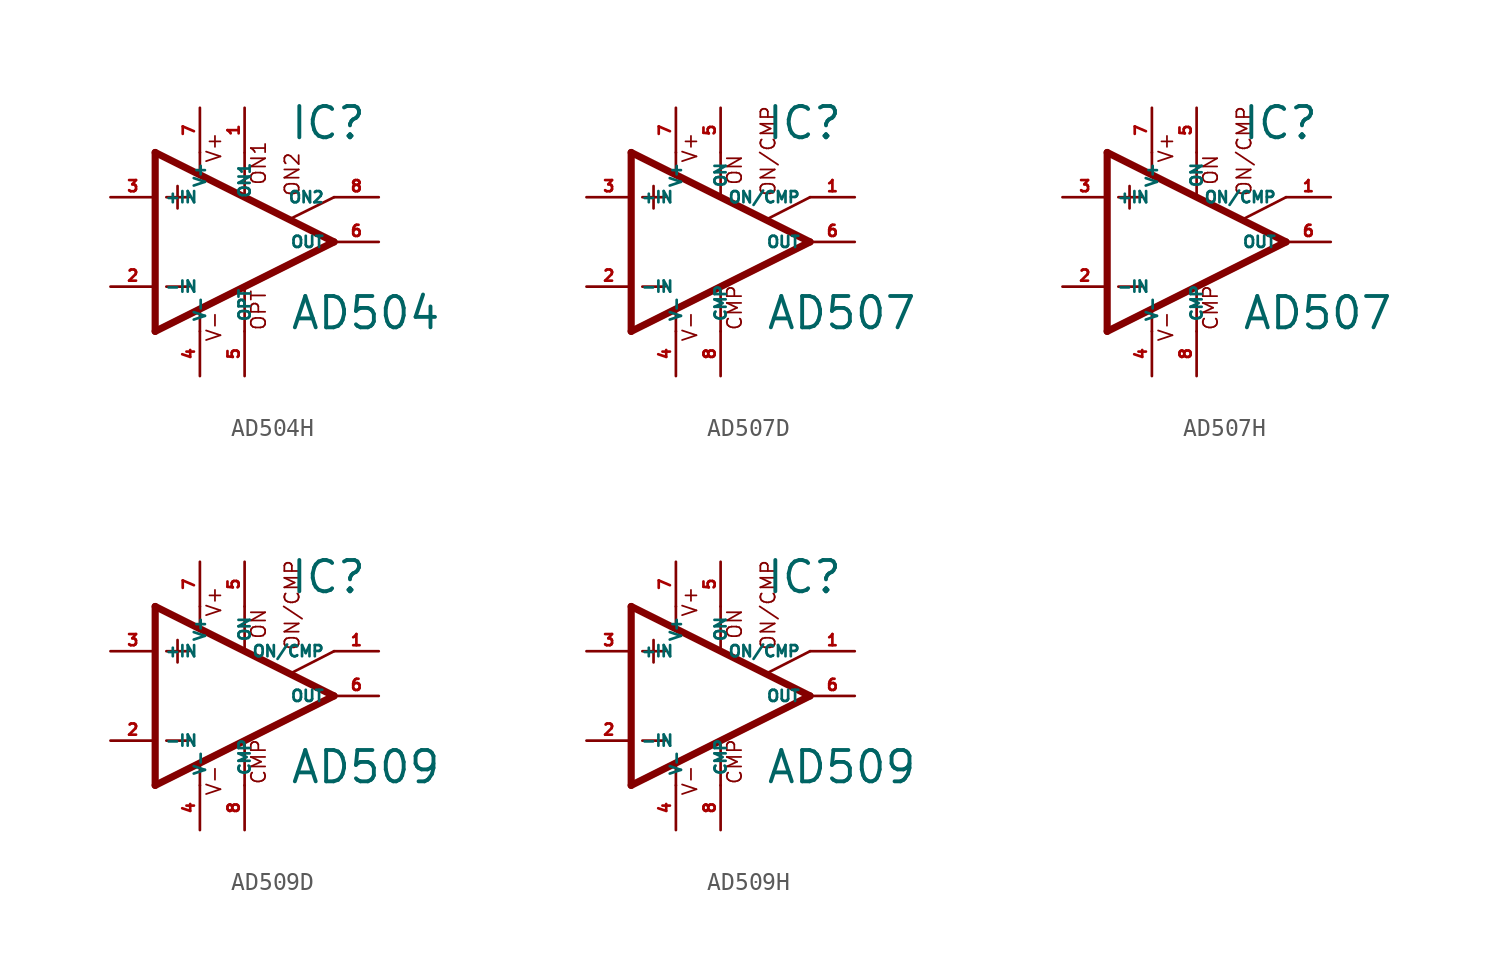
<source format=kicad_sym>
(kicad_symbol_lib
  (version 20220914)
  (generator Eagle2Kicad)
  (symbol "AD504H"
    (property "Reference" "IC"
      (at 2.54 5.715 0)
      (effects (font (size 1.778 1.778) (thickness 0.22)) (justify left bottom)))
    (property "Value" "AD504"
      (at 2.54 -5.08 0)
      (effects (font (size 1.778 1.778) (thickness 0.22)) (justify left bottom)))
    (polyline
      (pts (xy -3.81 3.175) (xy -3.81 1.905))
      (stroke (width 0.152) (type default))
      (fill (type none)))
    (polyline
      (pts (xy -4.445 2.54) (xy -3.175 2.54))
      (stroke (width 0.152) (type default))
      (fill (type none)))
    (polyline
      (pts (xy -4.445 -2.54) (xy -3.175 -2.54))
      (stroke (width 0.152) (type default))
      (fill (type none)))
    (polyline
      (pts (xy -2.54 5.08) (xy -2.54 3.886))
      (stroke (width 0.152) (type default))
      (fill (type none)))
    (polyline
      (pts (xy 0 5.055) (xy 0 2.616))
      (stroke (width 0.152) (type default))
      (fill (type none)))
    (polyline
      (pts (xy 0 -2.616) (xy 0 -5.08))
      (stroke (width 0.152) (type default))
      (fill (type none)))
    (polyline
      (pts (xy -2.54 -3.912) (xy -2.54 -5.08))
      (stroke (width 0.152) (type default))
      (fill (type none)))
    (polyline
      (pts (xy 5.08 2.54) (xy 2.616 1.321))
      (stroke (width 0.152) (type default))
      (fill (type none)))
    (polyline
      (pts (xy 5.08 0) (xy -5.08 5.08))
      (stroke (width 0.406) (type default))
      (fill (type none)))
    (polyline
      (pts (xy -5.08 5.08) (xy -5.08 -5.08))
      (stroke (width 0.406) (type default))
      (fill (type none)))
    (polyline
      (pts (xy -5.08 -5.08) (xy 5.08 0))
      (stroke (width 0.406) (type default))
      (fill (type none)))
    (text "ON1"
      (at 1.27 3.175 900)
      (effects (font (size 0.813 0.813) (thickness 0.10)) (justify left bottom)))
    (text "ON2"
      (at 3.175 2.54 900)
      (effects (font (size 0.813 0.813) (thickness 0.10)) (justify left bottom)))
    (text "OPT"
      (at 1.27 -5.08 900)
      (effects (font (size 0.813 0.813) (thickness 0.10)) (justify left bottom)))
    (text "V+"
      (at -1.27 4.445 900)
      (effects (font (size 0.813 0.813) (thickness 0.10)) (justify left bottom)))
    (text "V-"
      (at -1.27 -5.715 900)
      (effects (font (size 0.813 0.813) (thickness 0.10)) (justify left bottom)))
    (pin passive line
      (at 7.62 2.54 180)
      (length 2.54)
      (name "ON2" (effects (font (size 0.635 0.635) (thickness 0.08)) (justify left bottom)))
      (number "8" (effects (font (size 0.635 0.635) (thickness 0.08)) (justify left bottom))))
    (pin passive line
      (at 0 7.62 270)
      (length 2.54)
      (name "ON1" (effects (font (size 0.635 0.635) (thickness 0.08)) (justify left bottom)))
      (number "1" (effects (font (size 0.635 0.635) (thickness 0.08)) (justify left bottom))))
    (pin input line
      (at -7.62 -2.54 0)
      (length 2.54)
      (name "-IN" (effects (font (size 0.635 0.635) (thickness 0.08)) (justify left bottom)))
      (number "2" (effects (font (size 0.635 0.635) (thickness 0.08)) (justify left bottom))))
    (pin input line
      (at -7.62 2.54 0)
      (length 2.54)
      (name "+IN" (effects (font (size 0.635 0.635) (thickness 0.08)) (justify left bottom)))
      (number "3" (effects (font (size 0.635 0.635) (thickness 0.08)) (justify left bottom))))
    (pin output line
      (at 7.62 0 180)
      (length 2.54)
      (name "OUT" (effects (font (size 0.635 0.635) (thickness 0.08)) (justify left bottom)))
      (number "6" (effects (font (size 0.635 0.635) (thickness 0.08)) (justify left bottom))))
    (pin passive line
      (at 0 -7.62 90)
      (length 2.54)
      (name "OPT" (effects (font (size 0.635 0.635) (thickness 0.08)) (justify left bottom)))
      (number "5" (effects (font (size 0.635 0.635) (thickness 0.08)) (justify left bottom))))
    (pin unspecified line
      (at -2.54 7.62 270)
      (length 2.54)
      (name "V+" (effects (font (size 0.635 0.635) (thickness 0.08)) (justify left bottom)))
      (number "7" (effects (font (size 0.635 0.635) (thickness 0.08)) (justify left bottom))))
    (pin unspecified line
      (at -2.54 -7.62 90)
      (length 2.54)
      (name "V-" (effects (font (size 0.635 0.635) (thickness 0.08)) (justify left bottom)))
      (number "4" (effects (font (size 0.635 0.635) (thickness 0.08)) (justify left bottom)))))
  (symbol "AD507D"
    (property "Reference" "IC"
      (at 2.54 5.715 0)
      (effects (font (size 1.778 1.778) (thickness 0.22)) (justify left bottom)))
    (property "Value" "AD507"
      (at 2.54 -5.08 0)
      (effects (font (size 1.778 1.778) (thickness 0.22)) (justify left bottom)))
    (polyline
      (pts (xy -3.81 3.175) (xy -3.81 1.905))
      (stroke (width 0.152) (type default))
      (fill (type none)))
    (polyline
      (pts (xy -4.445 2.54) (xy -3.175 2.54))
      (stroke (width 0.152) (type default))
      (fill (type none)))
    (polyline
      (pts (xy -4.445 -2.54) (xy -3.175 -2.54))
      (stroke (width 0.152) (type default))
      (fill (type none)))
    (polyline
      (pts (xy -5.08 5.08) (xy -5.08 -5.08))
      (stroke (width 0.406) (type default))
      (fill (type none)))
    (polyline
      (pts (xy -2.54 5.08) (xy -2.54 3.886))
      (stroke (width 0.152) (type default))
      (fill (type none)))
    (polyline
      (pts (xy 0 5.08) (xy 0 2.616))
      (stroke (width 0.152) (type default))
      (fill (type none)))
    (polyline
      (pts (xy 0 -5.08) (xy 0 -2.616))
      (stroke (width 0.152) (type default))
      (fill (type none)))
    (polyline
      (pts (xy 2.692 1.321) (xy 5.08 2.54))
      (stroke (width 0.152) (type default))
      (fill (type none)))
    (polyline
      (pts (xy -5.08 5.08) (xy 5.08 0))
      (stroke (width 0.406) (type default))
      (fill (type none)))
    (polyline
      (pts (xy -2.54 -3.886) (xy -2.54 -5.08))
      (stroke (width 0.152) (type default))
      (fill (type none)))
    (polyline
      (pts (xy -5.08 -5.08) (xy 5.08 0))
      (stroke (width 0.406) (type default))
      (fill (type none)))
    (text "ON"
      (at 1.27 3.175 900)
      (effects (font (size 0.813 0.813) (thickness 0.10)) (justify left bottom)))
    (text "CMP"
      (at 1.27 -5.08 900)
      (effects (font (size 0.813 0.813) (thickness 0.10)) (justify left bottom)))
    (text "ON/CMP"
      (at 3.175 2.54 900)
      (effects (font (size 0.813 0.813) (thickness 0.10)) (justify left bottom)))
    (text "V+"
      (at -1.27 4.445 900)
      (effects (font (size 0.813 0.813) (thickness 0.10)) (justify left bottom)))
    (text "V-"
      (at -1.27 -5.715 900)
      (effects (font (size 0.813 0.813) (thickness 0.10)) (justify left bottom)))
    (pin passive line
      (at 7.62 2.54 180)
      (length 2.54)
      (name "ON/CMP" (effects (font (size 0.635 0.635) (thickness 0.08)) (justify left bottom)))
      (number "1" (effects (font (size 0.635 0.635) (thickness 0.08)) (justify left bottom))))
    (pin input line
      (at -7.62 -2.54 0)
      (length 2.54)
      (name "-IN" (effects (font (size 0.635 0.635) (thickness 0.08)) (justify left bottom)))
      (number "2" (effects (font (size 0.635 0.635) (thickness 0.08)) (justify left bottom))))
    (pin input line
      (at -7.62 2.54 0)
      (length 2.54)
      (name "+IN" (effects (font (size 0.635 0.635) (thickness 0.08)) (justify left bottom)))
      (number "3" (effects (font (size 0.635 0.635) (thickness 0.08)) (justify left bottom))))
    (pin passive line
      (at 0 7.62 270)
      (length 2.54)
      (name "ON" (effects (font (size 0.635 0.635) (thickness 0.08)) (justify left bottom)))
      (number "5" (effects (font (size 0.635 0.635) (thickness 0.08)) (justify left bottom))))
    (pin output line
      (at 7.62 0 180)
      (length 2.54)
      (name "OUT" (effects (font (size 0.635 0.635) (thickness 0.08)) (justify left bottom)))
      (number "6" (effects (font (size 0.635 0.635) (thickness 0.08)) (justify left bottom))))
    (pin passive line
      (at 0 -7.62 90)
      (length 2.54)
      (name "CMP" (effects (font (size 0.635 0.635) (thickness 0.08)) (justify left bottom)))
      (number "8" (effects (font (size 0.635 0.635) (thickness 0.08)) (justify left bottom))))
    (pin unspecified line
      (at -2.54 7.62 270)
      (length 2.54)
      (name "V+" (effects (font (size 0.635 0.635) (thickness 0.08)) (justify left bottom)))
      (number "7" (effects (font (size 0.635 0.635) (thickness 0.08)) (justify left bottom))))
    (pin unspecified line
      (at -2.54 -7.62 90)
      (length 2.54)
      (name "V-" (effects (font (size 0.635 0.635) (thickness 0.08)) (justify left bottom)))
      (number "4" (effects (font (size 0.635 0.635) (thickness 0.08)) (justify left bottom)))))
  (symbol "AD507H"
    (property "Reference" "IC"
      (at 2.54 5.715 0)
      (effects (font (size 1.778 1.778) (thickness 0.22)) (justify left bottom)))
    (property "Value" "AD507"
      (at 2.54 -5.08 0)
      (effects (font (size 1.778 1.778) (thickness 0.22)) (justify left bottom)))
    (polyline
      (pts (xy -3.81 3.175) (xy -3.81 1.905))
      (stroke (width 0.152) (type default))
      (fill (type none)))
    (polyline
      (pts (xy -4.445 2.54) (xy -3.175 2.54))
      (stroke (width 0.152) (type default))
      (fill (type none)))
    (polyline
      (pts (xy -4.445 -2.54) (xy -3.175 -2.54))
      (stroke (width 0.152) (type default))
      (fill (type none)))
    (polyline
      (pts (xy -5.08 5.08) (xy -5.08 -5.08))
      (stroke (width 0.406) (type default))
      (fill (type none)))
    (polyline
      (pts (xy -2.54 5.08) (xy -2.54 3.886))
      (stroke (width 0.152) (type default))
      (fill (type none)))
    (polyline
      (pts (xy 0 5.08) (xy 0 2.616))
      (stroke (width 0.152) (type default))
      (fill (type none)))
    (polyline
      (pts (xy 0 -5.08) (xy 0 -2.616))
      (stroke (width 0.152) (type default))
      (fill (type none)))
    (polyline
      (pts (xy 2.692 1.321) (xy 5.08 2.54))
      (stroke (width 0.152) (type default))
      (fill (type none)))
    (polyline
      (pts (xy -5.08 5.08) (xy 5.08 0))
      (stroke (width 0.406) (type default))
      (fill (type none)))
    (polyline
      (pts (xy -2.54 -3.886) (xy -2.54 -5.08))
      (stroke (width 0.152) (type default))
      (fill (type none)))
    (polyline
      (pts (xy -5.08 -5.08) (xy 5.08 0))
      (stroke (width 0.406) (type default))
      (fill (type none)))
    (text "ON"
      (at 1.27 3.175 900)
      (effects (font (size 0.813 0.813) (thickness 0.10)) (justify left bottom)))
    (text "CMP"
      (at 1.27 -5.08 900)
      (effects (font (size 0.813 0.813) (thickness 0.10)) (justify left bottom)))
    (text "ON/CMP"
      (at 3.175 2.54 900)
      (effects (font (size 0.813 0.813) (thickness 0.10)) (justify left bottom)))
    (text "V+"
      (at -1.27 4.445 900)
      (effects (font (size 0.813 0.813) (thickness 0.10)) (justify left bottom)))
    (text "V-"
      (at -1.27 -5.715 900)
      (effects (font (size 0.813 0.813) (thickness 0.10)) (justify left bottom)))
    (pin passive line
      (at 7.62 2.54 180)
      (length 2.54)
      (name "ON/CMP" (effects (font (size 0.635 0.635) (thickness 0.08)) (justify left bottom)))
      (number "1" (effects (font (size 0.635 0.635) (thickness 0.08)) (justify left bottom))))
    (pin input line
      (at -7.62 -2.54 0)
      (length 2.54)
      (name "-IN" (effects (font (size 0.635 0.635) (thickness 0.08)) (justify left bottom)))
      (number "2" (effects (font (size 0.635 0.635) (thickness 0.08)) (justify left bottom))))
    (pin input line
      (at -7.62 2.54 0)
      (length 2.54)
      (name "+IN" (effects (font (size 0.635 0.635) (thickness 0.08)) (justify left bottom)))
      (number "3" (effects (font (size 0.635 0.635) (thickness 0.08)) (justify left bottom))))
    (pin passive line
      (at 0 7.62 270)
      (length 2.54)
      (name "ON" (effects (font (size 0.635 0.635) (thickness 0.08)) (justify left bottom)))
      (number "5" (effects (font (size 0.635 0.635) (thickness 0.08)) (justify left bottom))))
    (pin output line
      (at 7.62 0 180)
      (length 2.54)
      (name "OUT" (effects (font (size 0.635 0.635) (thickness 0.08)) (justify left bottom)))
      (number "6" (effects (font (size 0.635 0.635) (thickness 0.08)) (justify left bottom))))
    (pin passive line
      (at 0 -7.62 90)
      (length 2.54)
      (name "CMP" (effects (font (size 0.635 0.635) (thickness 0.08)) (justify left bottom)))
      (number "8" (effects (font (size 0.635 0.635) (thickness 0.08)) (justify left bottom))))
    (pin unspecified line
      (at -2.54 7.62 270)
      (length 2.54)
      (name "V+" (effects (font (size 0.635 0.635) (thickness 0.08)) (justify left bottom)))
      (number "7" (effects (font (size 0.635 0.635) (thickness 0.08)) (justify left bottom))))
    (pin unspecified line
      (at -2.54 -7.62 90)
      (length 2.54)
      (name "V-" (effects (font (size 0.635 0.635) (thickness 0.08)) (justify left bottom)))
      (number "4" (effects (font (size 0.635 0.635) (thickness 0.08)) (justify left bottom)))))
  (symbol "AD509D"
    (property "Reference" "IC"
      (at 2.54 5.715 0)
      (effects (font (size 1.778 1.778) (thickness 0.22)) (justify left bottom)))
    (property "Value" "AD509"
      (at 2.54 -5.08 0)
      (effects (font (size 1.778 1.778) (thickness 0.22)) (justify left bottom)))
    (polyline
      (pts (xy -3.81 3.175) (xy -3.81 1.905))
      (stroke (width 0.152) (type default))
      (fill (type none)))
    (polyline
      (pts (xy -4.445 2.54) (xy -3.175 2.54))
      (stroke (width 0.152) (type default))
      (fill (type none)))
    (polyline
      (pts (xy -4.445 -2.54) (xy -3.175 -2.54))
      (stroke (width 0.152) (type default))
      (fill (type none)))
    (polyline
      (pts (xy -5.08 5.08) (xy -5.08 -5.08))
      (stroke (width 0.406) (type default))
      (fill (type none)))
    (polyline
      (pts (xy -2.54 5.08) (xy -2.54 3.886))
      (stroke (width 0.152) (type default))
      (fill (type none)))
    (polyline
      (pts (xy 0 5.08) (xy 0 2.616))
      (stroke (width 0.152) (type default))
      (fill (type none)))
    (polyline
      (pts (xy 0 -5.08) (xy 0 -2.616))
      (stroke (width 0.152) (type default))
      (fill (type none)))
    (polyline
      (pts (xy 2.692 1.321) (xy 5.08 2.54))
      (stroke (width 0.152) (type default))
      (fill (type none)))
    (polyline
      (pts (xy -5.08 5.08) (xy 5.08 0))
      (stroke (width 0.406) (type default))
      (fill (type none)))
    (polyline
      (pts (xy -2.54 -3.886) (xy -2.54 -5.08))
      (stroke (width 0.152) (type default))
      (fill (type none)))
    (polyline
      (pts (xy -5.08 -5.08) (xy 5.08 0))
      (stroke (width 0.406) (type default))
      (fill (type none)))
    (text "ON"
      (at 1.27 3.175 900)
      (effects (font (size 0.813 0.813) (thickness 0.10)) (justify left bottom)))
    (text "CMP"
      (at 1.27 -5.08 900)
      (effects (font (size 0.813 0.813) (thickness 0.10)) (justify left bottom)))
    (text "ON/CMP"
      (at 3.175 2.54 900)
      (effects (font (size 0.813 0.813) (thickness 0.10)) (justify left bottom)))
    (text "V+"
      (at -1.27 4.445 900)
      (effects (font (size 0.813 0.813) (thickness 0.10)) (justify left bottom)))
    (text "V-"
      (at -1.27 -5.715 900)
      (effects (font (size 0.813 0.813) (thickness 0.10)) (justify left bottom)))
    (pin passive line
      (at 7.62 2.54 180)
      (length 2.54)
      (name "ON/CMP" (effects (font (size 0.635 0.635) (thickness 0.08)) (justify left bottom)))
      (number "1" (effects (font (size 0.635 0.635) (thickness 0.08)) (justify left bottom))))
    (pin input line
      (at -7.62 -2.54 0)
      (length 2.54)
      (name "-IN" (effects (font (size 0.635 0.635) (thickness 0.08)) (justify left bottom)))
      (number "2" (effects (font (size 0.635 0.635) (thickness 0.08)) (justify left bottom))))
    (pin input line
      (at -7.62 2.54 0)
      (length 2.54)
      (name "+IN" (effects (font (size 0.635 0.635) (thickness 0.08)) (justify left bottom)))
      (number "3" (effects (font (size 0.635 0.635) (thickness 0.08)) (justify left bottom))))
    (pin passive line
      (at 0 7.62 270)
      (length 2.54)
      (name "ON" (effects (font (size 0.635 0.635) (thickness 0.08)) (justify left bottom)))
      (number "5" (effects (font (size 0.635 0.635) (thickness 0.08)) (justify left bottom))))
    (pin output line
      (at 7.62 0 180)
      (length 2.54)
      (name "OUT" (effects (font (size 0.635 0.635) (thickness 0.08)) (justify left bottom)))
      (number "6" (effects (font (size 0.635 0.635) (thickness 0.08)) (justify left bottom))))
    (pin passive line
      (at 0 -7.62 90)
      (length 2.54)
      (name "CMP" (effects (font (size 0.635 0.635) (thickness 0.08)) (justify left bottom)))
      (number "8" (effects (font (size 0.635 0.635) (thickness 0.08)) (justify left bottom))))
    (pin unspecified line
      (at -2.54 7.62 270)
      (length 2.54)
      (name "V+" (effects (font (size 0.635 0.635) (thickness 0.08)) (justify left bottom)))
      (number "7" (effects (font (size 0.635 0.635) (thickness 0.08)) (justify left bottom))))
    (pin unspecified line
      (at -2.54 -7.62 90)
      (length 2.54)
      (name "V-" (effects (font (size 0.635 0.635) (thickness 0.08)) (justify left bottom)))
      (number "4" (effects (font (size 0.635 0.635) (thickness 0.08)) (justify left bottom)))))
  (symbol "AD509H"
    (property "Reference" "IC"
      (at 2.54 5.715 0)
      (effects (font (size 1.778 1.778) (thickness 0.22)) (justify left bottom)))
    (property "Value" "AD509"
      (at 2.54 -5.08 0)
      (effects (font (size 1.778 1.778) (thickness 0.22)) (justify left bottom)))
    (polyline
      (pts (xy -3.81 3.175) (xy -3.81 1.905))
      (stroke (width 0.152) (type default))
      (fill (type none)))
    (polyline
      (pts (xy -4.445 2.54) (xy -3.175 2.54))
      (stroke (width 0.152) (type default))
      (fill (type none)))
    (polyline
      (pts (xy -4.445 -2.54) (xy -3.175 -2.54))
      (stroke (width 0.152) (type default))
      (fill (type none)))
    (polyline
      (pts (xy -5.08 5.08) (xy -5.08 -5.08))
      (stroke (width 0.406) (type default))
      (fill (type none)))
    (polyline
      (pts (xy -2.54 5.08) (xy -2.54 3.886))
      (stroke (width 0.152) (type default))
      (fill (type none)))
    (polyline
      (pts (xy 0 5.08) (xy 0 2.616))
      (stroke (width 0.152) (type default))
      (fill (type none)))
    (polyline
      (pts (xy 0 -5.08) (xy 0 -2.616))
      (stroke (width 0.152) (type default))
      (fill (type none)))
    (polyline
      (pts (xy 2.692 1.321) (xy 5.08 2.54))
      (stroke (width 0.152) (type default))
      (fill (type none)))
    (polyline
      (pts (xy -5.08 5.08) (xy 5.08 0))
      (stroke (width 0.406) (type default))
      (fill (type none)))
    (polyline
      (pts (xy -2.54 -3.886) (xy -2.54 -5.08))
      (stroke (width 0.152) (type default))
      (fill (type none)))
    (polyline
      (pts (xy -5.08 -5.08) (xy 5.08 0))
      (stroke (width 0.406) (type default))
      (fill (type none)))
    (text "ON"
      (at 1.27 3.175 900)
      (effects (font (size 0.813 0.813) (thickness 0.10)) (justify left bottom)))
    (text "CMP"
      (at 1.27 -5.08 900)
      (effects (font (size 0.813 0.813) (thickness 0.10)) (justify left bottom)))
    (text "ON/CMP"
      (at 3.175 2.54 900)
      (effects (font (size 0.813 0.813) (thickness 0.10)) (justify left bottom)))
    (text "V+"
      (at -1.27 4.445 900)
      (effects (font (size 0.813 0.813) (thickness 0.10)) (justify left bottom)))
    (text "V-"
      (at -1.27 -5.715 900)
      (effects (font (size 0.813 0.813) (thickness 0.10)) (justify left bottom)))
    (pin passive line
      (at 7.62 2.54 180)
      (length 2.54)
      (name "ON/CMP" (effects (font (size 0.635 0.635) (thickness 0.08)) (justify left bottom)))
      (number "1" (effects (font (size 0.635 0.635) (thickness 0.08)) (justify left bottom))))
    (pin input line
      (at -7.62 -2.54 0)
      (length 2.54)
      (name "-IN" (effects (font (size 0.635 0.635) (thickness 0.08)) (justify left bottom)))
      (number "2" (effects (font (size 0.635 0.635) (thickness 0.08)) (justify left bottom))))
    (pin input line
      (at -7.62 2.54 0)
      (length 2.54)
      (name "+IN" (effects (font (size 0.635 0.635) (thickness 0.08)) (justify left bottom)))
      (number "3" (effects (font (size 0.635 0.635) (thickness 0.08)) (justify left bottom))))
    (pin passive line
      (at 0 7.62 270)
      (length 2.54)
      (name "ON" (effects (font (size 0.635 0.635) (thickness 0.08)) (justify left bottom)))
      (number "5" (effects (font (size 0.635 0.635) (thickness 0.08)) (justify left bottom))))
    (pin output line
      (at 7.62 0 180)
      (length 2.54)
      (name "OUT" (effects (font (size 0.635 0.635) (thickness 0.08)) (justify left bottom)))
      (number "6" (effects (font (size 0.635 0.635) (thickness 0.08)) (justify left bottom))))
    (pin passive line
      (at 0 -7.62 90)
      (length 2.54)
      (name "CMP" (effects (font (size 0.635 0.635) (thickness 0.08)) (justify left bottom)))
      (number "8" (effects (font (size 0.635 0.635) (thickness 0.08)) (justify left bottom))))
    (pin unspecified line
      (at -2.54 7.62 270)
      (length 2.54)
      (name "V+" (effects (font (size 0.635 0.635) (thickness 0.08)) (justify left bottom)))
      (number "7" (effects (font (size 0.635 0.635) (thickness 0.08)) (justify left bottom))))
    (pin unspecified line
      (at -2.54 -7.62 90)
      (length 2.54)
      (name "V-" (effects (font (size 0.635 0.635) (thickness 0.08)) (justify left bottom)))
      (number "4" (effects (font (size 0.635 0.635) (thickness 0.08)) (justify left bottom))))))
</source>
